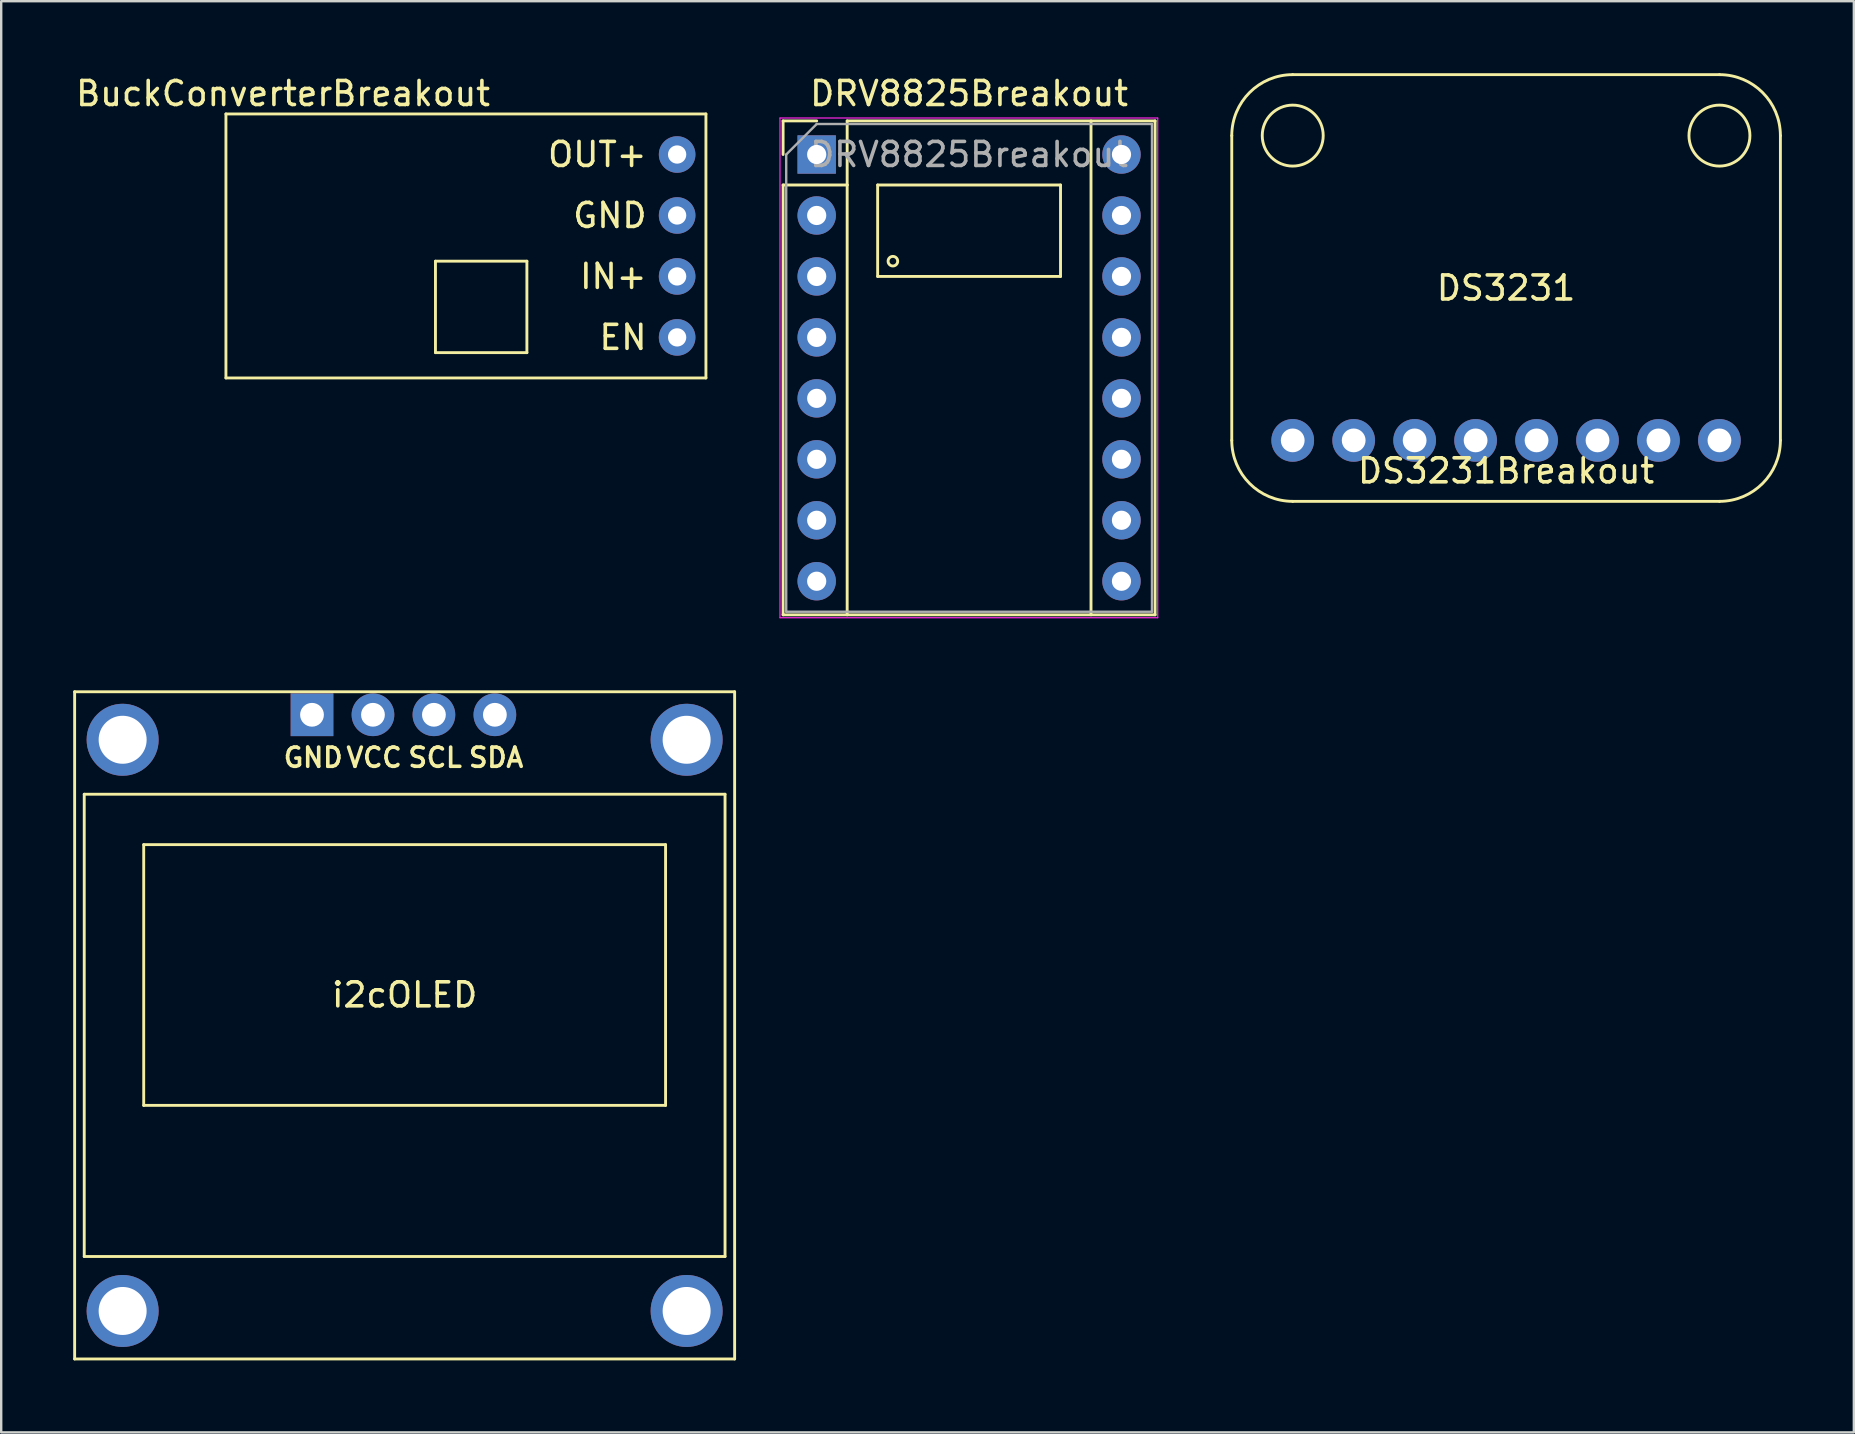
<source format=kicad_pcb>
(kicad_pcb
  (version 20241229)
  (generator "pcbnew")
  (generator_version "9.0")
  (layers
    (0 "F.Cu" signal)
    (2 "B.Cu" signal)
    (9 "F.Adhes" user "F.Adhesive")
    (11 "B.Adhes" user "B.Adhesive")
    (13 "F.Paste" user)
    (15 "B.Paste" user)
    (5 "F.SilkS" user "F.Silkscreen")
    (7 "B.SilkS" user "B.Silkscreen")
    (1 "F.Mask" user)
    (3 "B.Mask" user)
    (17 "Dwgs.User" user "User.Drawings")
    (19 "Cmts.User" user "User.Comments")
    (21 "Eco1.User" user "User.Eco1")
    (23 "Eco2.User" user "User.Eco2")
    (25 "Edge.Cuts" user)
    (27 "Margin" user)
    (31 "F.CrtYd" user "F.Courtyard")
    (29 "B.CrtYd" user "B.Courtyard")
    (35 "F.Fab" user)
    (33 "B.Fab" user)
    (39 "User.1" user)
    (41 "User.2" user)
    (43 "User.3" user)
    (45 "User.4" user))
  (footprint "DRV8825Breakout"
    (layer "F.Cu")
    (at 30.979 3.388)
    (property "Reference" "DRV8825Breakout" (at 6.35 -2.54 0) (layer "F.SilkS") (effects (font (size 1 1) (thickness 0.15))))
    (attr through_hole)
    (fp_line (start -1.4 -1.4) (end -1.4 0) (stroke (width 0.12) (type solid)) (layer "F.SilkS"))
    (fp_line (start -1.4 1.27) (end -1.4 19.18) (stroke (width 0.12) (type solid)) (layer "F.SilkS"))
    (fp_line (start -1.4 19.18) (end 14.1 19.18) (stroke (width 0.12) (type solid)) (layer "F.SilkS"))
    (fp_line (start 0 -1.4) (end -1.4 -1.4) (stroke (width 0.12) (type solid)) (layer "F.SilkS"))
    (fp_line (start 1.27 -1.4) (end 1.27 1.27) (stroke (width 0.12) (type solid)) (layer "F.SilkS"))
    (fp_line (start 1.27 1.27) (end -1.4 1.27) (stroke (width 0.12) (type solid)) (layer "F.SilkS"))
    (fp_line (start 1.27 1.27) (end 1.27 19.18) (stroke (width 0.12) (type solid)) (layer "F.SilkS"))
    (fp_line (start 2.54 1.27) (end 2.54 5.08) (stroke (width 0.12) (type solid)) (layer "F.SilkS"))
    (fp_line (start 2.54 5.08) (end 10.16 5.08) (stroke (width 0.12) (type solid)) (layer "F.SilkS"))
    (fp_line (start 10.16 1.27) (end 2.54 1.27) (stroke (width 0.12) (type solid)) (layer "F.SilkS"))
    (fp_line (start 10.16 5.08) (end 10.16 1.27) (stroke (width 0.12) (type solid)) (layer "F.SilkS"))
    (fp_line (start 11.43 -1.4) (end 11.43 19.18) (stroke (width 0.12) (type solid)) (layer "F.SilkS"))
    (fp_line (start 14.1 -1.4) (end 1.27 -1.4) (stroke (width 0.12) (type solid)) (layer "F.SilkS"))
    (fp_line (start 14.1 19.18) (end 14.1 -1.4) (stroke (width 0.12) (type solid)) (layer "F.SilkS"))
    (fp_circle (center 3.175 4.445) (end 3.375 4.445) (stroke (width 0.12) (type solid)) (fill no) (layer "F.SilkS"))
    (fp_line (start -1.53 -1.52) (end -1.53 19.3) (stroke (width 0.05) (type solid)) (layer "F.CrtYd"))
    (fp_line (start -1.53 -1.52) (end 14.21 -1.52) (stroke (width 0.05) (type solid)) (layer "F.CrtYd"))
    (fp_line (start 14.21 19.3) (end -1.53 19.3) (stroke (width 0.05) (type solid)) (layer "F.CrtYd"))
    (fp_line (start 14.21 19.3) (end 14.21 -1.52) (stroke (width 0.05) (type solid)) (layer "F.CrtYd"))
    (fp_line (start -1.27 0) (end 0 -1.27) (stroke (width 0.1) (type solid)) (layer "F.Fab"))
    (fp_line (start -1.27 19.05) (end -1.27 0) (stroke (width 0.1) (type solid)) (layer "F.Fab"))
    (fp_line (start 0 -1.27) (end 13.97 -1.27) (stroke (width 0.1) (type solid)) (layer "F.Fab"))
    (fp_line (start 13.97 -1.27) (end 13.97 19.05) (stroke (width 0.1) (type solid)) (layer "F.Fab"))
    (fp_line (start 13.97 19.05) (end -1.27 19.05) (stroke (width 0.1) (type solid)) (layer "F.Fab"))
    (fp_text user "${REFERENCE}" (at 6.35 0 0) (layer "F.Fab") (effects (font (size 1 1) (thickness 0.15))))
    (pad "1" thru_hole rect (at 0 0) (size 1.6 1.6) (drill 0.8) (layers "*.Cu" "*.Mask"))
    (pad "2" thru_hole oval (at 0 2.54) (size 1.6 1.6) (drill 0.8) (layers "*.Cu" "*.Mask"))
    (pad "3" thru_hole oval (at 0 5.08) (size 1.6 1.6) (drill 0.8) (layers "*.Cu" "*.Mask"))
    (pad "4" thru_hole oval (at 0 7.62) (size 1.6 1.6) (drill 0.8) (layers "*.Cu" "*.Mask"))
    (pad "5" thru_hole oval (at 0 10.16) (size 1.6 1.6) (drill 0.8) (layers "*.Cu" "*.Mask"))
    (pad "6" thru_hole oval (at 0 12.7) (size 1.6 1.6) (drill 0.8) (layers "*.Cu" "*.Mask"))
    (pad "7" thru_hole oval (at 0 15.24) (size 1.6 1.6) (drill 0.8) (layers "*.Cu" "*.Mask"))
    (pad "8" thru_hole oval (at 0 17.78) (size 1.6 1.6) (drill 0.8) (layers "*.Cu" "*.Mask"))
    (pad "9" thru_hole oval (at 12.7 17.78) (size 1.6 1.6) (drill 0.8) (layers "*.Cu" "*.Mask"))
    (pad "10" thru_hole oval (at 12.7 15.24) (size 1.6 1.6) (drill 0.8) (layers "*.Cu" "*.Mask"))
    (pad "11" thru_hole oval (at 12.7 12.7) (size 1.6 1.6) (drill 0.8) (layers "*.Cu" "*.Mask"))
    (pad "12" thru_hole oval (at 12.7 10.16) (size 1.6 1.6) (drill 0.8) (layers "*.Cu" "*.Mask"))
    (pad "13" thru_hole oval (at 12.7 7.62) (size 1.6 1.6) (drill 0.8) (layers "*.Cu" "*.Mask"))
    (pad "14" thru_hole oval (at 12.7 5.08) (size 1.6 1.6) (drill 0.8) (layers "*.Cu" "*.Mask"))
    (pad "15" thru_hole oval (at 12.7 2.54) (size 1.6 1.6) (drill 0.8) (layers "*.Cu" "*.Mask"))
    (pad "16" thru_hole oval (at 12.7 0) (size 1.6 1.6) (drill 0.8) (layers "*.Cu" "*.Mask")))
  (footprint "DS3231Breakout"
    (layer "F.Cu")
    (at 59.704 8.95)
    (property "Reference" "DS3231Breakout" (at 0 7.62 0) (layer "F.SilkS") (effects (font (size 1 1) (thickness 0.15))))
    (attr through_hole)
    (fp_line (start -11.43 -6.35) (end -11.43 6.35) (stroke (width 0.12) (type solid)) (layer "F.SilkS"))
    (fp_line (start -8.89 8.89) (end 8.89 8.89) (stroke (width 0.12) (type solid)) (layer "F.SilkS"))
    (fp_line (start 8.89 -8.89) (end -8.89 -8.89) (stroke (width 0.12) (type solid)) (layer "F.SilkS"))
    (fp_line (start 11.43 6.35) (end 11.43 -6.35) (stroke (width 0.12) (type solid)) (layer "F.SilkS"))
    (fp_arc (start -11.43 -6.35) (mid -10.686051 -8.146051) (end -8.89 -8.89) (stroke (width 0.12) (type solid)) (layer "F.SilkS"))
    (fp_arc (start -8.89 8.89) (mid -10.686051 8.146051) (end -11.43 6.35) (stroke (width 0.12) (type solid)) (layer "F.SilkS"))
    (fp_arc (start 8.89 -8.89) (mid 10.686051 -8.146051) (end 11.43 -6.35) (stroke (width 0.12) (type solid)) (layer "F.SilkS"))
    (fp_arc (start 11.43 6.35) (mid 10.686051 8.146051) (end 8.89 8.89) (stroke (width 0.12) (type solid)) (layer "F.SilkS"))
    (fp_circle (center -8.89 -6.35) (end -8.89 -5.08) (stroke (width 0.12) (type solid)) (fill no) (layer "F.SilkS"))
    (fp_circle (center 8.89 -6.35) (end 8.89 -5.08) (stroke (width 0.12) (type solid)) (fill no) (layer "F.SilkS"))
    (fp_text user "DS3231" (at 0 0 0) (layer "F.SilkS") (effects (font (size 1 1) (thickness 0.15))))
    (pad "1" thru_hole circle (at -8.89 6.35) (size 1.778 1.778) (drill 0.991) (layers "*.Cu" "*.Mask"))
    (pad "2" thru_hole circle (at -6.35 6.35) (size 1.778 1.778) (drill 0.991) (layers "*.Cu" "*.Mask"))
    (pad "3" thru_hole circle (at -3.81 6.35) (size 1.778 1.778) (drill 0.991) (layers "*.Cu" "*.Mask"))
    (pad "4" thru_hole circle (at -1.27 6.35) (size 1.778 1.778) (drill 0.991) (layers "*.Cu" "*.Mask"))
    (pad "5" thru_hole circle (at 1.27 6.35) (size 1.778 1.778) (drill 0.991) (layers "*.Cu" "*.Mask"))
    (pad "6" thru_hole circle (at 3.81 6.35) (size 1.778 1.778) (drill 0.991) (layers "*.Cu" "*.Mask"))
    (pad "7" thru_hole circle (at 6.35 6.35) (size 1.778 1.778) (drill 0.991) (layers "*.Cu" "*.Mask"))
    (pad "8" thru_hole circle (at 8.89 6.35) (size 1.778 1.778) (drill 0.991) (layers "*.Cu" "*.Mask")))
  (footprint "i2cOLED"
    (layer "F.Cu")
    (at 13.81 39.674)
    (property "Reference" "i2cOLED" (at 0 -1.27 0) (layer "F.SilkS") (effects (font (size 1 1) (thickness 0.15))))
    (attr through_hole)
    (fp_line (start -13.75 13.9) (end -13.75 -13.901) (stroke (width 0.12) (type solid)) (layer "F.SilkS"))
    (fp_line (start -13.75 13.9) (end 13.75 13.9) (stroke (width 0.12) (type solid)) (layer "F.SilkS"))
    (fp_line (start -13.35 -9.63) (end -13.35 9.63) (stroke (width 0.12) (type solid)) (layer "F.SilkS"))
    (fp_line (start -13.35 9.63) (end 13.35 9.63) (stroke (width 0.12) (type solid)) (layer "F.SilkS"))
    (fp_line (start -10.872 -7.53) (end 10.872 -7.53) (stroke (width 0.12) (type solid)) (layer "F.SilkS"))
    (fp_line (start -10.872 3.334) (end -10.872 -7.53) (stroke (width 0.12) (type solid)) (layer "F.SilkS"))
    (fp_line (start 10.872 -7.53) (end 10.872 3.334) (stroke (width 0.12) (type solid)) (layer "F.SilkS"))
    (fp_line (start 10.872 3.334) (end -10.872 3.334) (stroke (width 0.12) (type solid)) (layer "F.SilkS"))
    (fp_line (start 13.35 -9.63) (end -13.35 -9.63) (stroke (width 0.12) (type solid)) (layer "F.SilkS"))
    (fp_line (start 13.35 9.63) (end 13.35 -9.63) (stroke (width 0.12) (type solid)) (layer "F.SilkS"))
    (fp_line (start 13.75 -13.9) (end -13.75 -13.9) (stroke (width 0.12) (type solid)) (layer "F.SilkS"))
    (fp_line (start 13.75 13.9) (end 13.75 -13.9) (stroke (width 0.12) (type solid)) (layer "F.SilkS"))
    (fp_text user "SCL" (at 1.27 -11.157 180) (layer "F.SilkS") (effects (font (size 0.8 0.8) (thickness 0.15))))
    (fp_text user "SDA" (at 3.81 -11.157 180) (layer "F.SilkS") (effects (font (size 0.8 0.8) (thickness 0.15))))
    (fp_text user "VCC" (at -1.27 -11.157 180) (layer "F.SilkS") (effects (font (size 0.8 0.8) (thickness 0.15))))
    (fp_text user "GND" (at -3.81 -11.157 180) (layer "F.SilkS") (effects (font (size 0.8 0.8) (thickness 0.15))))
    (pad "" thru_hole circle (at -11.75 -11.9) (size 3 3) (drill 2) (layers "*.Cu" "*.Mask"))
    (pad "" thru_hole circle (at -11.75 11.9) (size 3 3) (drill 2) (layers "*.Cu" "*.Mask"))
    (pad "" thru_hole circle (at 11.75 -11.9) (size 3 3) (drill 2) (layers "*.Cu" "*.Mask"))
    (pad "" thru_hole circle (at 11.75 11.9) (size 3 3) (drill 2) (layers "*.Cu" "*.Mask"))
    (pad "1" thru_hole rect (at -3.86 -12.941) (size 1.778 1.778) (drill 0.991) (layers "*.Cu" "*.Mask"))
    (pad "2" thru_hole circle (at -1.32 -12.941) (size 1.778 1.778) (drill 0.991) (layers "*.Cu" "*.Mask"))
    (pad "3" thru_hole circle (at 1.22 -12.941) (size 1.778 1.778) (drill 0.991) (layers "*.Cu" "*.Mask"))
    (pad "4" thru_hole circle (at 3.76 -12.941) (size 1.778 1.778) (drill 0.991) (layers "*.Cu" "*.Mask")))
  (footprint "BuckConverterBreakout"
    (layer "F.Cu")
    (at 16.364 7.198)
    (property "Reference" "BuckConverterBreakout" (at -7.62 -6.35 0) (layer "F.SilkS") (effects (font (size 1 1) (thickness 0.15))))
    (attr through_hole)
    (fp_line (start -10 -5.5) (end -10 5.5) (stroke (width 0.12) (type solid)) (layer "F.SilkS"))
    (fp_line (start -10 5.5) (end 10 5.5) (stroke (width 0.12) (type solid)) (layer "F.SilkS"))
    (fp_line (start -1.27 0.635) (end -1.27 4.445) (stroke (width 0.12) (type solid)) (layer "F.SilkS"))
    (fp_line (start -1.27 4.445) (end 2.54 4.445) (stroke (width 0.12) (type solid)) (layer "F.SilkS"))
    (fp_line (start 2.54 0.635) (end -1.27 0.635) (stroke (width 0.12) (type solid)) (layer "F.SilkS"))
    (fp_line (start 2.54 4.445) (end 2.54 0.635) (stroke (width 0.12) (type solid)) (layer "F.SilkS"))
    (fp_line (start 10 -5.5) (end -10 -5.5) (stroke (width 0.12) (type solid)) (layer "F.SilkS"))
    (fp_line (start 10 5.5) (end 10 -5.5) (stroke (width 0.12) (type solid)) (layer "F.SilkS"))
    (fp_text user "GND" (at 7.62 -1.27 0) (layer "F.SilkS") (effects (font (size 1 1) (thickness 0.15)) (justify right)))
    (fp_text user "OUT+" (at 7.62 -3.81 0) (layer "F.SilkS") (effects (font (size 1 1) (thickness 0.15)) (justify right)))
    (fp_text user "IN+" (at 7.62 1.27 0) (layer "F.SilkS") (effects (font (size 1 1) (thickness 0.15)) (justify right)))
    (fp_text user "EN" (at 7.62 3.81 0) (layer "F.SilkS") (effects (font (size 1 1) (thickness 0.15)) (justify right)))
    (pad "1" thru_hole circle (at 8.8 -3.81) (size 1.524 1.524) (drill 0.762) (layers "*.Cu" "*.Mask"))
    (pad "2" thru_hole circle (at 8.8 -1.27) (size 1.524 1.524) (drill 0.762) (layers "*.Cu" "*.Mask"))
    (pad "3" thru_hole circle (at 8.8 1.27) (size 1.524 1.524) (drill 0.762) (layers "*.Cu" "*.Mask"))
    (pad "4" thru_hole circle (at 8.8 3.81) (size 1.524 1.524) (drill 0.762) (layers "*.Cu" "*.Mask")))
  (gr_rect
    (start -3 -3)
    (end 74.194 56.634)
    (stroke (width 0.1) (type default))
    (fill no)
    (layer "Edge.Cuts")))
</source>
